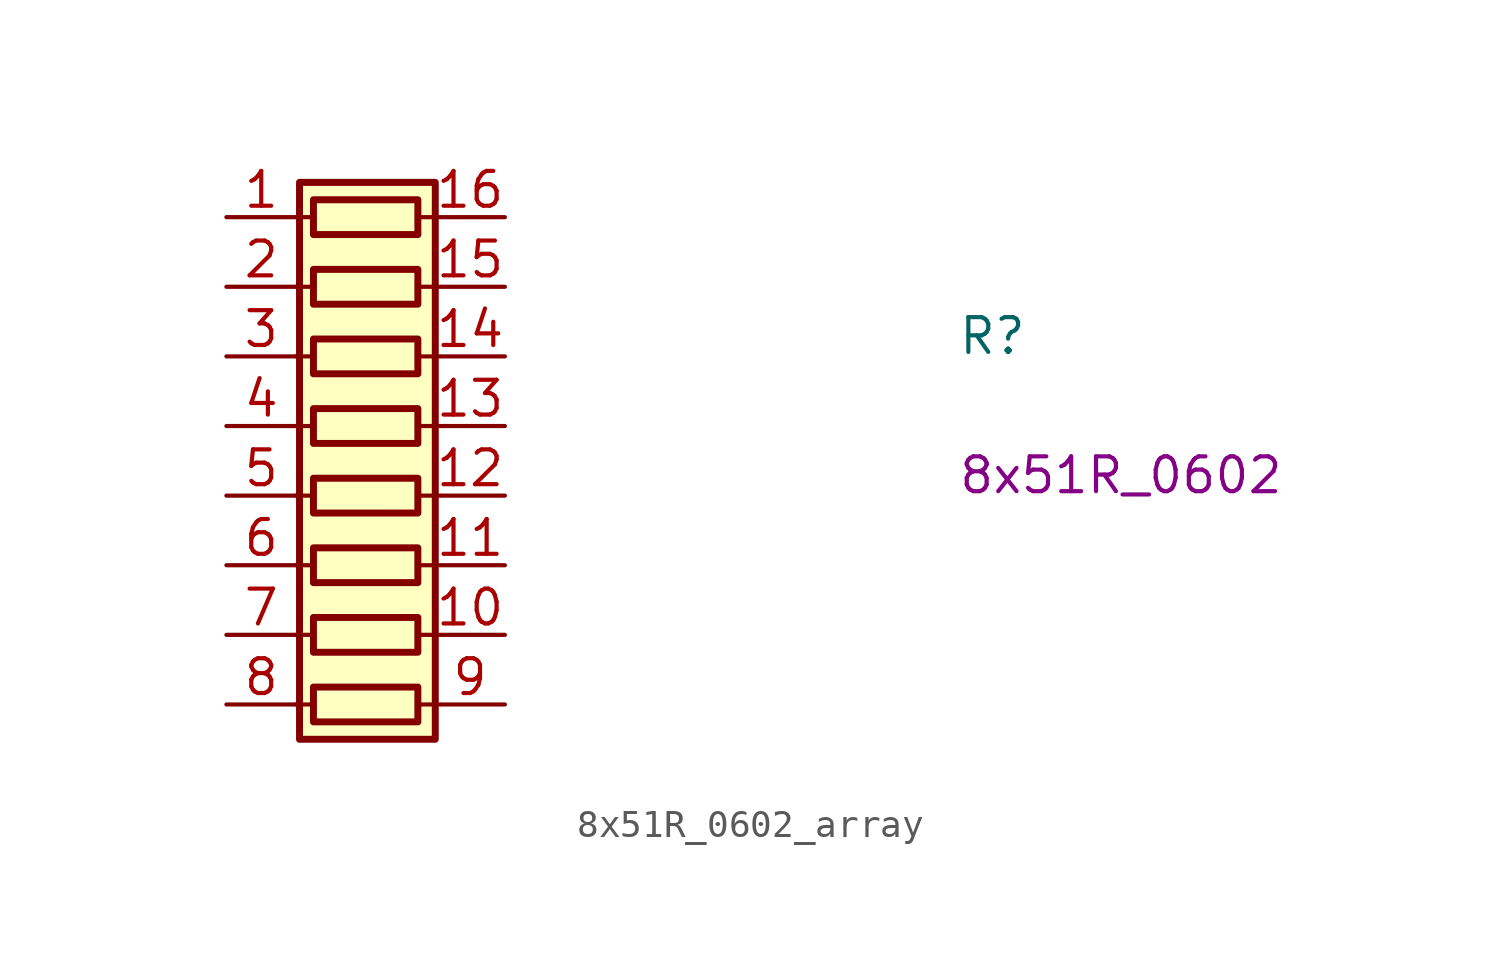
<source format=kicad_sym>
(kicad_symbol_lib
  (version 20211014)
  (generator kicad_symbol_editor)
  (symbol "8x51R_0602_array"
    (pin_names hide)
    (property "Reference" "R"
      (at 26.67 -5.08 0)
      (effects (font (size 1.27 1.27) (thickness 0.15)) (justify left bottom)))
    (property "Val" "8x51R_0602"
      (at 26.67 -10.16 0)
      (effects (font (size 1.27 1.27)) (justify left bottom)))
    (symbol "8x51R_0602_array_0_1"
      (polyline (pts (xy 2.54 -17.78) (xy 3.175 -17.78)) (stroke (width 0) (type default) (color 0 0 0 0)) (fill (type none)))
      (polyline (pts (xy 2.54 -15.24) (xy 3.175 -15.24)) (stroke (width 0) (type default) (color 0 0 0 0)) (fill (type none)))
      (polyline (pts (xy 2.54 -12.7) (xy 3.175 -12.7)) (stroke (width 0) (type default) (color 0 0 0 0)) (fill (type none)))
      (polyline (pts (xy 2.54 -10.16) (xy 3.175 -10.16)) (stroke (width 0) (type default) (color 0 0 0 0)) (fill (type none)))
      (polyline (pts (xy 2.54 -7.62) (xy 3.175 -7.62)) (stroke (width 0) (type default) (color 0 0 0 0)) (fill (type none)))
      (polyline (pts (xy 2.54 -5.08) (xy 3.175 -5.08)) (stroke (width 0) (type default) (color 0 0 0 0)) (fill (type none)))
      (polyline (pts (xy 2.54 -2.54) (xy 3.175 -2.54)) (stroke (width 0) (type default) (color 0 0 0 0)) (fill (type none)))
      (polyline (pts (xy 2.54 0) (xy 3.175 0)) (stroke (width 0) (type default) (color 0 0 0 0)) (fill (type none)))
      (polyline (pts (xy 6.985 -17.78) (xy 7.62 -17.78)) (stroke (width 0) (type default) (color 0 0 0 0)) (fill (type none)))
      (polyline (pts (xy 6.985 -15.24) (xy 7.62 -15.24)) (stroke (width 0) (type default) (color 0 0 0 0)) (fill (type none)))
      (polyline (pts (xy 6.985 -12.7) (xy 7.62 -12.7)) (stroke (width 0) (type default) (color 0 0 0 0)) (fill (type none)))
      (polyline (pts (xy 6.985 -10.16) (xy 7.62 -10.16)) (stroke (width 0) (type default) (color 0 0 0 0)) (fill (type none)))
      (polyline (pts (xy 6.985 -7.62) (xy 7.62 -7.62)) (stroke (width 0) (type default) (color 0 0 0 0)) (fill (type none)))
      (polyline (pts (xy 6.985 -5.08) (xy 7.62 -5.08)) (stroke (width 0) (type default) (color 0 0 0 0)) (fill (type none)))
      (polyline (pts (xy 6.985 -2.54) (xy 7.62 -2.54)) (stroke (width 0) (type default) (color 0 0 0 0)) (fill (type none)))
      (polyline (pts (xy 6.985 0) (xy 7.62 0)) (stroke (width 0) (type default) (color 0 0 0 0)) (fill (type none)))
      (rectangle (start 2.667 1.27) (end 7.62 -19.05) (stroke (width 0.254) (type default) (color 0 0 0 0)) (fill (type background)))
      (rectangle (start 6.985 -17.145) (end 3.175 -18.415) (stroke (width 0.254) (type default) (color 0 0 0 0)) (fill (type none)))
      (rectangle (start 6.985 -14.605) (end 3.175 -15.875) (stroke (width 0.254) (type default) (color 0 0 0 0)) (fill (type none)))
      (rectangle (start 6.985 -12.065) (end 3.175 -13.335) (stroke (width 0.254) (type default) (color 0 0 0 0)) (fill (type none)))
      (rectangle (start 6.985 -9.525) (end 3.175 -10.795) (stroke (width 0.254) (type default) (color 0 0 0 0)) (fill (type none)))
      (rectangle (start 6.985 -6.985) (end 3.175 -8.255) (stroke (width 0.254) (type default) (color 0 0 0 0)) (fill (type none)))
      (rectangle (start 6.985 -4.445) (end 3.175 -5.715) (stroke (width 0.254) (type default) (color 0 0 0 0)) (fill (type none)))
      (rectangle (start 6.985 -1.905) (end 3.175 -3.175) (stroke (width 0.254) (type default) (color 0 0 0 0)) (fill (type none)))
      (rectangle (start 6.985 0.635) (end 3.175 -0.635) (stroke (width 0.254) (type default) (color 0 0 0 0)) (fill (type none))))
    (symbol "8x51R_0602_array_1_1"
      (pin passive line (at 0 0 0) (length 2.54) (name "1" (effects (font (size 1.27 1.27)))) (number "1" (effects (font (size 1.27 1.27)))))
      (pin passive line (at 10.16 -15.24 180) (length 2.54) (name "10" (effects (font (size 1.27 1.27)))) (number "10" (effects (font (size 1.27 1.27)))))
      (pin passive line (at 10.16 -12.7 180) (length 2.54) (name "11" (effects (font (size 1.27 1.27)))) (number "11" (effects (font (size 1.27 1.27)))))
      (pin passive line (at 10.16 -10.16 180) (length 2.54) (name "12" (effects (font (size 1.27 1.27)))) (number "12" (effects (font (size 1.27 1.27)))))
      (pin passive line (at 10.16 -7.62 180) (length 2.54) (name "13" (effects (font (size 1.27 1.27)))) (number "13" (effects (font (size 1.27 1.27)))))
      (pin passive line (at 10.16 -5.08 180) (length 2.54) (name "14" (effects (font (size 1.27 1.27)))) (number "14" (effects (font (size 1.27 1.27)))))
      (pin passive line (at 10.16 -2.54 180) (length 2.54) (name "15" (effects (font (size 1.27 1.27)))) (number "15" (effects (font (size 1.27 1.27)))))
      (pin passive line (at 10.16 0 180) (length 2.54) (name "16" (effects (font (size 1.27 1.27)))) (number "16" (effects (font (size 1.27 1.27)))))
      (pin passive line (at 0 -2.54 0) (length 2.54) (name "2" (effects (font (size 1.27 1.27)))) (number "2" (effects (font (size 1.27 1.27)))))
      (pin passive line (at 0 -5.08 0) (length 2.54) (name "3" (effects (font (size 1.27 1.27)))) (number "3" (effects (font (size 1.27 1.27)))))
      (pin passive line (at 0 -7.62 0) (length 2.54) (name "4" (effects (font (size 1.27 1.27)))) (number "4" (effects (font (size 1.27 1.27)))))
      (pin passive line (at 0 -10.16 0) (length 2.54) (name "5" (effects (font (size 1.27 1.27)))) (number "5" (effects (font (size 1.27 1.27)))))
      (pin passive line (at 0 -12.7 0) (length 2.54) (name "6" (effects (font (size 1.27 1.27)))) (number "6" (effects (font (size 1.27 1.27)))))
      (pin passive line (at 0 -15.24 0) (length 2.54) (name "7" (effects (font (size 1.27 1.27)))) (number "7" (effects (font (size 1.27 1.27)))))
      (pin passive line (at 0 -17.78 0) (length 2.54) (name "8" (effects (font (size 1.27 1.27)))) (number "8" (effects (font (size 1.27 1.27)))))
      (pin passive line (at 10.16 -17.78 180) (length 2.54) (name "9" (effects (font (size 1.27 1.27)))) (number "9" (effects (font (size 1.27 1.27))))))))
</source>
